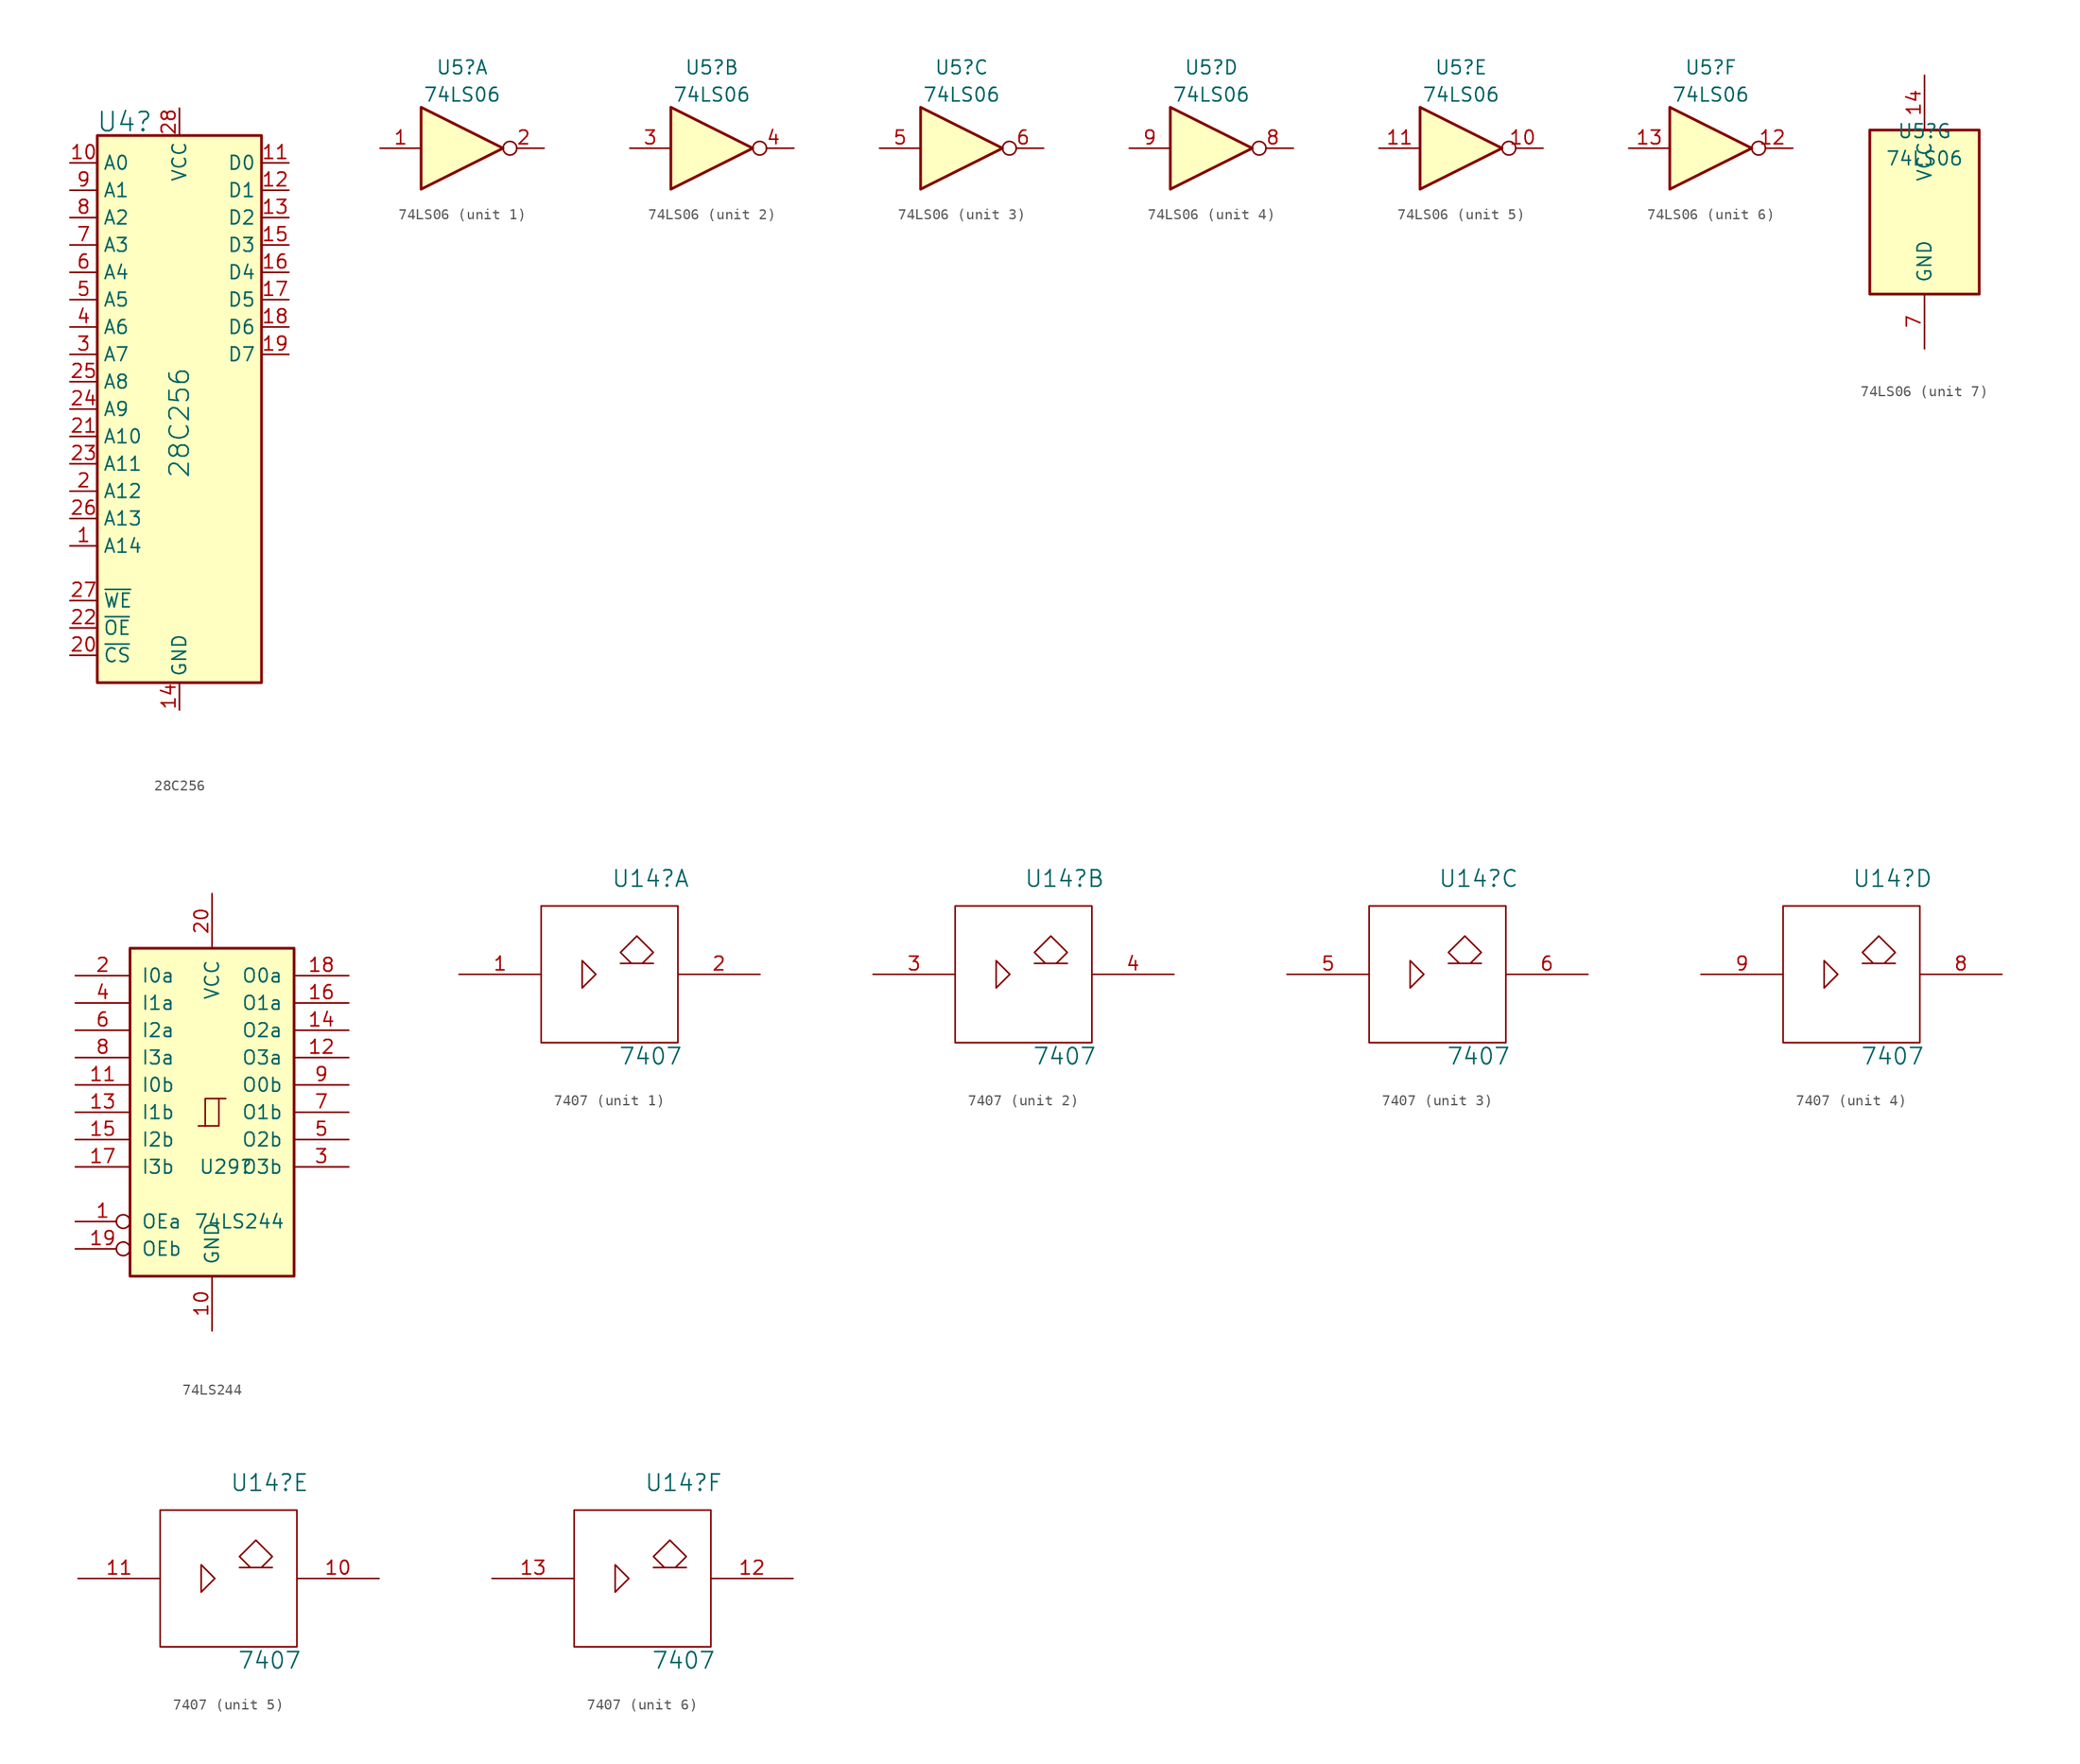
<source format=kicad_sym>
(kicad_symbol_lib
  (version 20220914)
  (generator kicad_symbol_editor)
  (symbol "28C256"
    (property "Reference" "U4"
      (at -5.08 26.67 0)
      (effects (font (size 1.778 1.778))))
    (property "Value" "28C256"
      (at 0 -1.27 90)
      (effects (font (size 1.778 1.778))))
    (symbol "28C256_1_1"
      (rectangle (start -7.62 25.4) (end 7.62 -25.4) (stroke (width 0.254) (type default)) (fill (type background)))
      (pin input line (at -10.16 -12.7 0) (length 2.54) (name "A14" (effects (font (size 1.27 1.27)))) (number "1" (effects (font (size 1.27 1.27)))))
      (pin input line (at -10.16 22.86 0) (length 2.54) (name "A0" (effects (font (size 1.27 1.27)))) (number "10" (effects (font (size 1.27 1.27)))))
      (pin tri_state line (at 10.16 22.86 180) (length 2.54) (name "D0" (effects (font (size 1.27 1.27)))) (number "11" (effects (font (size 1.27 1.27)))))
      (pin tri_state line (at 10.16 20.32 180) (length 2.54) (name "D1" (effects (font (size 1.27 1.27)))) (number "12" (effects (font (size 1.27 1.27)))))
      (pin tri_state line (at 10.16 17.78 180) (length 2.54) (name "D2" (effects (font (size 1.27 1.27)))) (number "13" (effects (font (size 1.27 1.27)))))
      (pin power_in line (at 0 -27.94 90) (length 2.54) (name "GND" (effects (font (size 1.27 1.27)))) (number "14" (effects (font (size 1.27 1.27)))))
      (pin tri_state line (at 10.16 15.24 180) (length 2.54) (name "D3" (effects (font (size 1.27 1.27)))) (number "15" (effects (font (size 1.27 1.27)))))
      (pin tri_state line (at 10.16 12.7 180) (length 2.54) (name "D4" (effects (font (size 1.27 1.27)))) (number "16" (effects (font (size 1.27 1.27)))))
      (pin tri_state line (at 10.16 10.16 180) (length 2.54) (name "D5" (effects (font (size 1.27 1.27)))) (number "17" (effects (font (size 1.27 1.27)))))
      (pin tri_state line (at 10.16 7.62 180) (length 2.54) (name "D6" (effects (font (size 1.27 1.27)))) (number "18" (effects (font (size 1.27 1.27)))))
      (pin tri_state line (at 10.16 5.08 180) (length 2.54) (name "D7" (effects (font (size 1.27 1.27)))) (number "19" (effects (font (size 1.27 1.27)))))
      (pin input line (at -10.16 -7.62 0) (length 2.54) (name "A12" (effects (font (size 1.27 1.27)))) (number "2" (effects (font (size 1.27 1.27)))))
      (pin input line (at -10.16 -22.86 0) (length 2.54) (name "~{CS}" (effects (font (size 1.27 1.27)))) (number "20" (effects (font (size 1.27 1.27)))))
      (pin input line (at -10.16 -2.54 0) (length 2.54) (name "A10" (effects (font (size 1.27 1.27)))) (number "21" (effects (font (size 1.27 1.27)))))
      (pin input line (at -10.16 -20.32 0) (length 2.54) (name "~{OE}" (effects (font (size 1.27 1.27)))) (number "22" (effects (font (size 1.27 1.27)))))
      (pin input line (at -10.16 -5.08 0) (length 2.54) (name "A11" (effects (font (size 1.27 1.27)))) (number "23" (effects (font (size 1.27 1.27)))))
      (pin input line (at -10.16 0 0) (length 2.54) (name "A9" (effects (font (size 1.27 1.27)))) (number "24" (effects (font (size 1.27 1.27)))))
      (pin input line (at -10.16 2.54 0) (length 2.54) (name "A8" (effects (font (size 1.27 1.27)))) (number "25" (effects (font (size 1.27 1.27)))))
      (pin input line (at -10.16 -10.16 0) (length 2.54) (name "A13" (effects (font (size 1.27 1.27)))) (number "26" (effects (font (size 1.27 1.27)))))
      (pin input line (at -10.16 -17.78 0) (length 2.54) (name "~{WE}" (effects (font (size 1.27 1.27)))) (number "27" (effects (font (size 1.27 1.27)))))
      (pin power_in line (at 0 27.94 270) (length 2.54) (name "VCC" (effects (font (size 1.27 1.27)))) (number "28" (effects (font (size 1.27 1.27)))))
      (pin input line (at -10.16 5.08 0) (length 2.54) (name "A7" (effects (font (size 1.27 1.27)))) (number "3" (effects (font (size 1.27 1.27)))))
      (pin input line (at -10.16 7.62 0) (length 2.54) (name "A6" (effects (font (size 1.27 1.27)))) (number "4" (effects (font (size 1.27 1.27)))))
      (pin input line (at -10.16 10.16 0) (length 2.54) (name "A5" (effects (font (size 1.27 1.27)))) (number "5" (effects (font (size 1.27 1.27)))))
      (pin input line (at -10.16 12.7 0) (length 2.54) (name "A4" (effects (font (size 1.27 1.27)))) (number "6" (effects (font (size 1.27 1.27)))))
      (pin input line (at -10.16 15.24 0) (length 2.54) (name "A3" (effects (font (size 1.27 1.27)))) (number "7" (effects (font (size 1.27 1.27)))))
      (pin input line (at -10.16 17.78 0) (length 2.54) (name "A2" (effects (font (size 1.27 1.27)))) (number "8" (effects (font (size 1.27 1.27)))))
      (pin input line (at -10.16 20.32 0) (length 2.54) (name "A1" (effects (font (size 1.27 1.27)))) (number "9" (effects (font (size 1.27 1.27)))))))
  (symbol "74LS06"
    (pin_names
      (offset 1.016))
    (property "Reference" "U5"
      (at 0 7.51 0)
      (effects (font (size 1.27 1.27))))
    (property "Value" "74LS06"
      (at 0 4.973 0)
      (effects (font (size 1.27 1.27))))
    (property "ki_locked" ""
      (at 0 0 0)
      (effects (font (size 1.27 1.27))))
    (symbol "74LS06_1_0"
      (polyline (pts (xy -3.81 3.81) (xy -3.81 -3.81) (xy 3.81 0) (xy -3.81 3.81)) (stroke (width 0.254) (type default)) (fill (type background)))
      (pin input line (at -7.62 0 0) (length 3.81) (name "~" (effects (font (size 1.27 1.27)))) (number "1" (effects (font (size 1.27 1.27)))))
      (pin open_collector inverted (at 7.62 0 180) (length 3.81) (name "~" (effects (font (size 1.27 1.27)))) (number "2" (effects (font (size 1.27 1.27))))))
    (symbol "74LS06_2_0"
      (polyline (pts (xy -3.81 3.81) (xy -3.81 -3.81) (xy 3.81 0) (xy -3.81 3.81)) (stroke (width 0.254) (type default)) (fill (type background)))
      (pin input line (at -7.62 0 0) (length 3.81) (name "~" (effects (font (size 1.27 1.27)))) (number "3" (effects (font (size 1.27 1.27)))))
      (pin open_collector inverted (at 7.62 0 180) (length 3.81) (name "~" (effects (font (size 1.27 1.27)))) (number "4" (effects (font (size 1.27 1.27))))))
    (symbol "74LS06_3_0"
      (polyline (pts (xy -3.81 3.81) (xy -3.81 -3.81) (xy 3.81 0) (xy -3.81 3.81)) (stroke (width 0.254) (type default)) (fill (type background)))
      (pin input line (at -7.62 0 0) (length 3.81) (name "~" (effects (font (size 1.27 1.27)))) (number "5" (effects (font (size 1.27 1.27)))))
      (pin open_collector inverted (at 7.62 0 180) (length 3.81) (name "~" (effects (font (size 1.27 1.27)))) (number "6" (effects (font (size 1.27 1.27))))))
    (symbol "74LS06_4_0"
      (polyline (pts (xy -3.81 3.81) (xy -3.81 -3.81) (xy 3.81 0) (xy -3.81 3.81)) (stroke (width 0.254) (type default)) (fill (type background)))
      (pin open_collector inverted (at 7.62 0 180) (length 3.81) (name "~" (effects (font (size 1.27 1.27)))) (number "8" (effects (font (size 1.27 1.27)))))
      (pin input line (at -7.62 0 0) (length 3.81) (name "~" (effects (font (size 1.27 1.27)))) (number "9" (effects (font (size 1.27 1.27))))))
    (symbol "74LS06_5_0"
      (polyline (pts (xy -3.81 3.81) (xy -3.81 -3.81) (xy 3.81 0) (xy -3.81 3.81)) (stroke (width 0.254) (type default)) (fill (type background)))
      (pin open_collector inverted (at 7.62 0 180) (length 3.81) (name "~" (effects (font (size 1.27 1.27)))) (number "10" (effects (font (size 1.27 1.27)))))
      (pin input line (at -7.62 0 0) (length 3.81) (name "~" (effects (font (size 1.27 1.27)))) (number "11" (effects (font (size 1.27 1.27))))))
    (symbol "74LS06_6_0"
      (polyline (pts (xy -3.81 3.81) (xy -3.81 -3.81) (xy 3.81 0) (xy -3.81 3.81)) (stroke (width 0.254) (type default)) (fill (type background)))
      (pin open_collector inverted (at 7.62 0 180) (length 3.81) (name "~" (effects (font (size 1.27 1.27)))) (number "12" (effects (font (size 1.27 1.27)))))
      (pin input line (at -7.62 0 0) (length 3.81) (name "~" (effects (font (size 1.27 1.27)))) (number "13" (effects (font (size 1.27 1.27))))))
    (symbol "74LS06_7_0"
      (pin power_in line (at 0 12.7 270) (length 5.08) (name "VCC" (effects (font (size 1.27 1.27)))) (number "14" (effects (font (size 1.27 1.27)))))
      (pin power_in line (at 0 -12.7 90) (length 5.08) (name "GND" (effects (font (size 1.27 1.27)))) (number "7" (effects (font (size 1.27 1.27))))))
    (symbol "74LS06_7_1"
      (rectangle (start -5.08 7.62) (end 5.08 -7.62) (stroke (width 0.254) (type default)) (fill (type background)))))
  (symbol "74LS244"
    (pin_names
      (offset 1.016))
    (property "Reference" "U29"
      (at 1.27 -5.08 0)
      (effects (font (size 1.27 1.27))))
    (property "Value" "74LS244"
      (at 2.54 -10.16 0)
      (effects (font (size 1.27 1.27))))
    (symbol "74LS244_1_0"
      (polyline (pts (xy -0.635 -1.27) (xy -0.635 1.27) (xy 0.635 1.27)) (stroke (width 0) (type default)) (fill (type none)))
      (polyline (pts (xy -1.27 -1.27) (xy 0.635 -1.27) (xy 0.635 1.27) (xy 1.27 1.27)) (stroke (width 0) (type default)) (fill (type none)))
      (pin input inverted (at -12.7 -10.16 0) (length 5.08) (name "OEa" (effects (font (size 1.27 1.27)))) (number "1" (effects (font (size 1.27 1.27)))))
      (pin power_in line (at 0 -20.32 90) (length 5.08) (name "GND" (effects (font (size 1.27 1.27)))) (number "10" (effects (font (size 1.27 1.27)))))
      (pin input line (at -12.7 2.54 0) (length 5.08) (name "I0b" (effects (font (size 1.27 1.27)))) (number "11" (effects (font (size 1.27 1.27)))))
      (pin tri_state line (at 12.7 5.08 180) (length 5.08) (name "O3a" (effects (font (size 1.27 1.27)))) (number "12" (effects (font (size 1.27 1.27)))))
      (pin input line (at -12.7 0 0) (length 5.08) (name "I1b" (effects (font (size 1.27 1.27)))) (number "13" (effects (font (size 1.27 1.27)))))
      (pin tri_state line (at 12.7 7.62 180) (length 5.08) (name "O2a" (effects (font (size 1.27 1.27)))) (number "14" (effects (font (size 1.27 1.27)))))
      (pin input line (at -12.7 -2.54 0) (length 5.08) (name "I2b" (effects (font (size 1.27 1.27)))) (number "15" (effects (font (size 1.27 1.27)))))
      (pin tri_state line (at 12.7 10.16 180) (length 5.08) (name "O1a" (effects (font (size 1.27 1.27)))) (number "16" (effects (font (size 1.27 1.27)))))
      (pin input line (at -12.7 -5.08 0) (length 5.08) (name "I3b" (effects (font (size 1.27 1.27)))) (number "17" (effects (font (size 1.27 1.27)))))
      (pin tri_state line (at 12.7 12.7 180) (length 5.08) (name "O0a" (effects (font (size 1.27 1.27)))) (number "18" (effects (font (size 1.27 1.27)))))
      (pin input inverted (at -12.7 -12.7 0) (length 5.08) (name "OEb" (effects (font (size 1.27 1.27)))) (number "19" (effects (font (size 1.27 1.27)))))
      (pin input line (at -12.7 12.7 0) (length 5.08) (name "I0a" (effects (font (size 1.27 1.27)))) (number "2" (effects (font (size 1.27 1.27)))))
      (pin power_in line (at 0 20.32 270) (length 5.08) (name "VCC" (effects (font (size 1.27 1.27)))) (number "20" (effects (font (size 1.27 1.27)))))
      (pin tri_state line (at 12.7 -5.08 180) (length 5.08) (name "O3b" (effects (font (size 1.27 1.27)))) (number "3" (effects (font (size 1.27 1.27)))))
      (pin input line (at -12.7 10.16 0) (length 5.08) (name "I1a" (effects (font (size 1.27 1.27)))) (number "4" (effects (font (size 1.27 1.27)))))
      (pin tri_state line (at 12.7 -2.54 180) (length 5.08) (name "O2b" (effects (font (size 1.27 1.27)))) (number "5" (effects (font (size 1.27 1.27)))))
      (pin input line (at -12.7 7.62 0) (length 5.08) (name "I2a" (effects (font (size 1.27 1.27)))) (number "6" (effects (font (size 1.27 1.27)))))
      (pin tri_state line (at 12.7 0 180) (length 5.08) (name "O1b" (effects (font (size 1.27 1.27)))) (number "7" (effects (font (size 1.27 1.27)))))
      (pin input line (at -12.7 5.08 0) (length 5.08) (name "I3a" (effects (font (size 1.27 1.27)))) (number "8" (effects (font (size 1.27 1.27)))))
      (pin tri_state line (at 12.7 2.54 180) (length 5.08) (name "O0b" (effects (font (size 1.27 1.27)))) (number "9" (effects (font (size 1.27 1.27))))))
    (symbol "74LS244_1_1"
      (rectangle (start -7.62 15.24) (end 7.62 -15.24) (stroke (width 0.254) (type default)) (fill (type background)))))
  (symbol "7407"
    (pin_names
      (offset 0.762))
    (property "Reference" "U14"
      (at 3.81 8.89 0)
      (effects (font (size 1.524 1.524))))
    (property "Value" "7407"
      (at 3.81 -7.62 0)
      (effects (font (size 1.524 1.524))))
    (symbol "7407_0_1"
      (rectangle (start -6.35 6.35) (end 6.35 -6.35) (stroke (width 0) (type default)) (fill (type none)))
      (polyline (pts (xy -2.54 1.27) (xy -2.54 -1.27) (xy -1.27 0) (xy -2.54 1.27) (xy -2.54 1.27)) (stroke (width 0) (type default)) (fill (type none)))
      (polyline (pts (xy 3.048 1.016) (xy 4.064 2.032) (xy 2.54 3.556) (xy 1.016 2.032) (xy 2.032 1.016) (xy 1.016 1.016) (xy 4.064 1.016) (xy 4.064 1.016)) (stroke (width 0) (type default)) (fill (type none)))
      (pin power_in line (at 0 6.35 270) (length 0) hide (name "Vcc" (effects (font (size 1.27 1.27)))) (number "14" (effects (font (size 1.27 1.27)))))
      (pin power_in line (at 0 -6.35 90) (length 0) hide (name "Gnd" (effects (font (size 1.27 1.27)))) (number "7" (effects (font (size 1.27 1.27))))))
    (symbol "7407_1_1"
      (pin input line (at -13.97 0 0) (length 7.62) (name "~" (effects (font (size 1.27 1.27)))) (number "1" (effects (font (size 1.27 1.27)))))
      (pin open_collector line (at 13.97 0 180) (length 7.62) (name "~" (effects (font (size 1.27 1.27)))) (number "2" (effects (font (size 1.27 1.27))))))
    (symbol "7407_2_1"
      (pin input line (at -13.97 0 0) (length 7.62) (name "~" (effects (font (size 1.27 1.27)))) (number "3" (effects (font (size 1.27 1.27)))))
      (pin open_collector line (at 13.97 0 180) (length 7.62) (name "~" (effects (font (size 1.27 1.27)))) (number "4" (effects (font (size 1.27 1.27))))))
    (symbol "7407_3_1"
      (pin input line (at -13.97 0 0) (length 7.62) (name "~" (effects (font (size 1.27 1.27)))) (number "5" (effects (font (size 1.27 1.27)))))
      (pin open_collector line (at 13.97 0 180) (length 7.62) (name "~" (effects (font (size 1.27 1.27)))) (number "6" (effects (font (size 1.27 1.27))))))
    (symbol "7407_4_1"
      (pin open_collector line (at 13.97 0 180) (length 7.62) (name "~" (effects (font (size 1.27 1.27)))) (number "8" (effects (font (size 1.27 1.27)))))
      (pin input line (at -13.97 0 0) (length 7.62) (name "~" (effects (font (size 1.27 1.27)))) (number "9" (effects (font (size 1.27 1.27))))))
    (symbol "7407_5_1"
      (pin open_collector line (at 13.97 0 180) (length 7.62) (name "~" (effects (font (size 1.27 1.27)))) (number "10" (effects (font (size 1.27 1.27)))))
      (pin input line (at -13.97 0 0) (length 7.62) (name "~" (effects (font (size 1.27 1.27)))) (number "11" (effects (font (size 1.27 1.27))))))
    (symbol "7407_6_1"
      (pin open_collector line (at 13.97 0 180) (length 7.62) (name "~" (effects (font (size 1.27 1.27)))) (number "12" (effects (font (size 1.27 1.27)))))
      (pin input line (at -13.97 0 0) (length 7.62) (name "~" (effects (font (size 1.27 1.27)))) (number "13" (effects (font (size 1.27 1.27))))))))
</source>
